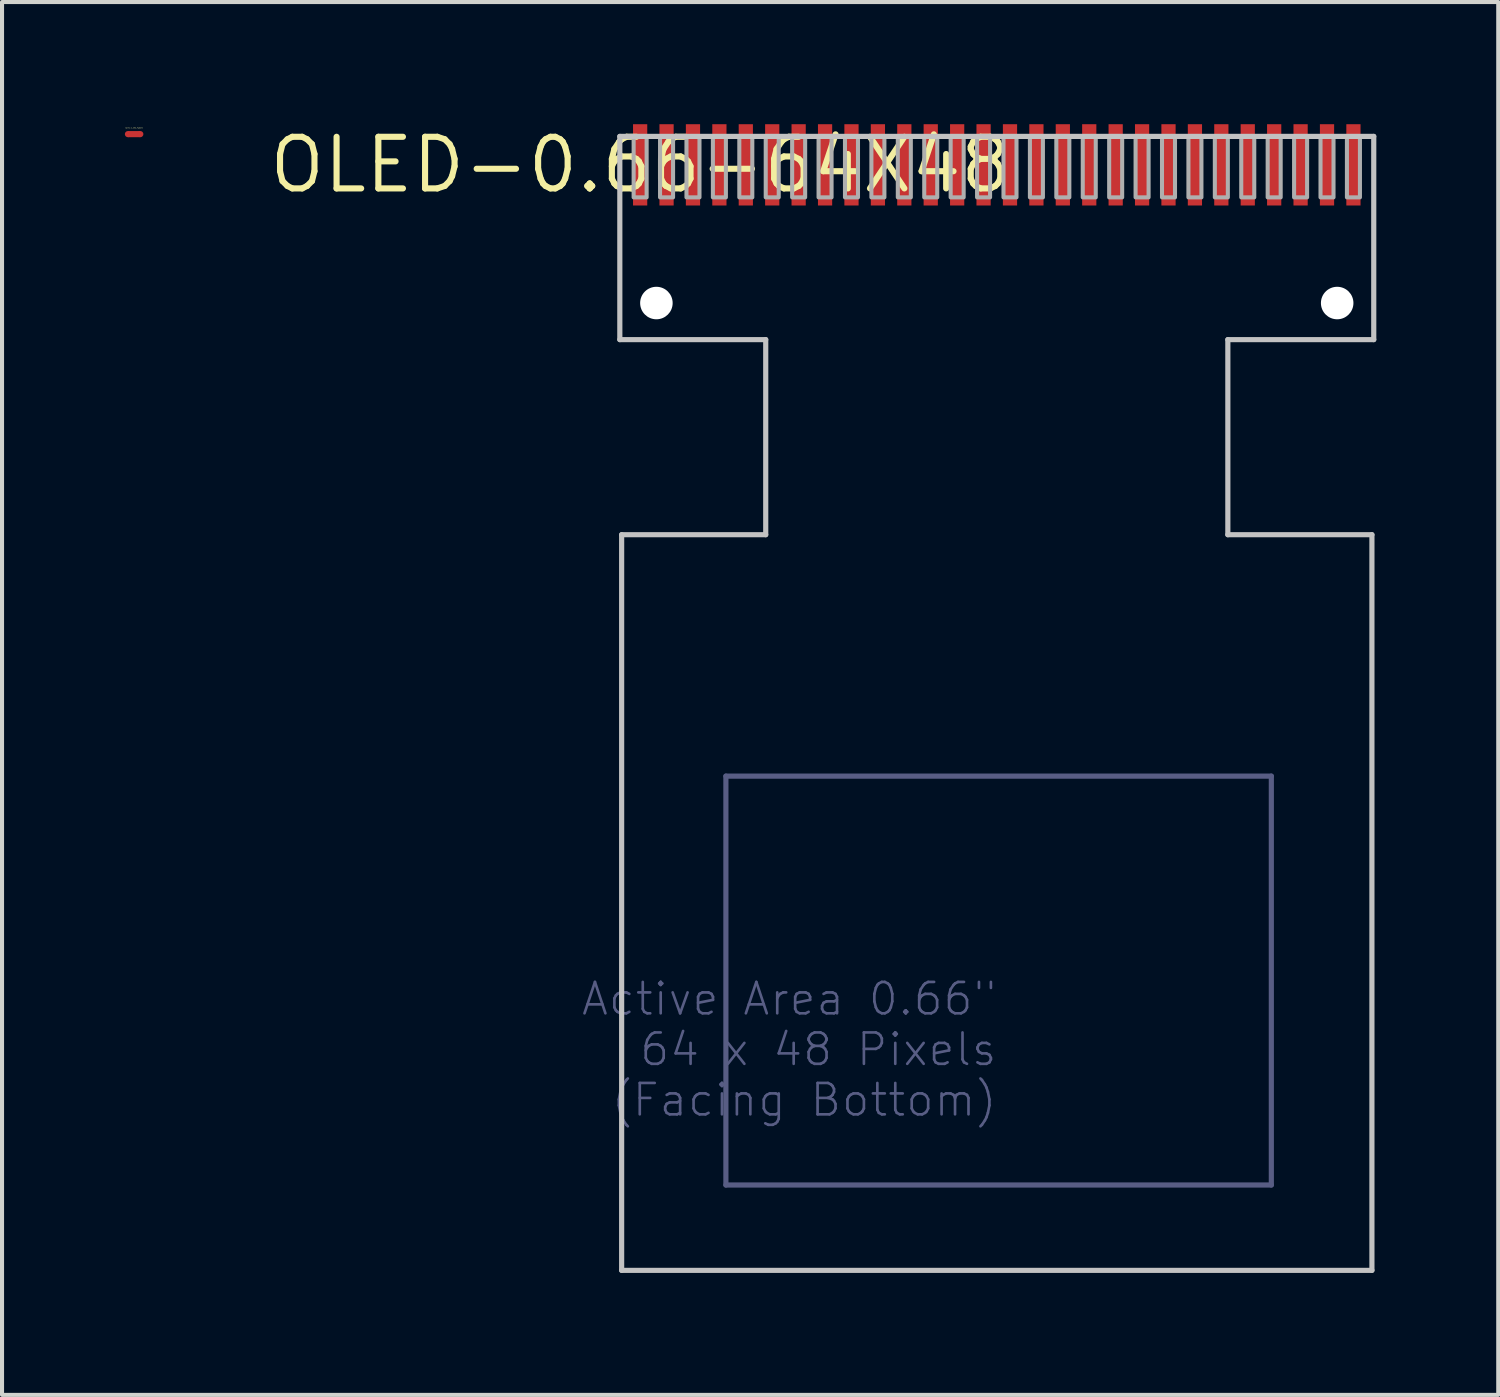
<source format=kicad_pcb>
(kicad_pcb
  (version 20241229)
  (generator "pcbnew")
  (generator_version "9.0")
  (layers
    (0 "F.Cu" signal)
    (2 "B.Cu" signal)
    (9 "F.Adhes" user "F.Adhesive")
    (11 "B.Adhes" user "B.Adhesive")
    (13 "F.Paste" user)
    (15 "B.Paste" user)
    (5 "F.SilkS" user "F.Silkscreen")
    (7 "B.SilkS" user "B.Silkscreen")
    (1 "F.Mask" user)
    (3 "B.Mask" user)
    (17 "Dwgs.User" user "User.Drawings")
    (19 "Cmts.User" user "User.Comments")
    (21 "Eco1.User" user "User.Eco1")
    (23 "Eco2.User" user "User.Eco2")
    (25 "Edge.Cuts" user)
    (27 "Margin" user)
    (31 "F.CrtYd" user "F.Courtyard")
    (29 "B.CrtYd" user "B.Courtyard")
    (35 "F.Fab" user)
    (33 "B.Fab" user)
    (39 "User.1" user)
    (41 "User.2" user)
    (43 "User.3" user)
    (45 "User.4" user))
  (footprint "NetTie-2_SMD_Pad6mil"
    (layer "F.Cu")
    (at 0.25 0.25)
    (property "Reference" "NetTie-2_SMD_Pad6mil" (at 0 -0.152 0) (layer "F.SilkS") (effects (font (size 0.025 0.025) (thickness 0.003))))
    (attr exclude_from_pos_files exclude_from_bom)
    (fp_poly (pts (xy -0.152 -0.076) (xy 0.152 -0.076) (xy 0.15 0.076) (xy -0.152 0.076)) (stroke (width 0) (type solid)) (fill yes) (layer "F.Cu"))
    (pad "1" smd circle (at -0.152 0) (size 0.152 0.152) (layers "F.Cu"))
    (pad "2" smd circle (at 0.152 0) (size 0.152 0.152) (layers "F.Cu")))
  (footprint "OLED-0.66-64X48"
    (layer "F.Cu")
    (at 12.7 1.006)
    (property "Reference" "OLED-0.66-64X48" (at 0 0 0) (layer "F.SilkS") (effects (font (size 1.27 1.27) (thickness 0.15))))
    (attr through_hole)
    (fp_line (start -0.5 -0.7) (end -0.5 4.3) (stroke (width 0.127) (type solid)) (layer "Dwgs.User"))
    (fp_line (start -0.5 4.3) (end 3.09 4.3) (stroke (width 0.127) (type solid)) (layer "Dwgs.User"))
    (fp_line (start -0.455 9.1) (end -0.455 27.2) (stroke (width 0.127) (type solid)) (layer "Dwgs.User"))
    (fp_line (start -0.455 27.2) (end 18.005 27.2) (stroke (width 0.127) (type solid)) (layer "Dwgs.User"))
    (fp_line (start 3.09 4.3) (end 3.09 9.1) (stroke (width 0.127) (type solid)) (layer "Dwgs.User"))
    (fp_line (start 3.09 9.1) (end -0.455 9.1) (stroke (width 0.127) (type solid)) (layer "Dwgs.User"))
    (fp_line (start 14.46 4.3) (end 18.05 4.3) (stroke (width 0.127) (type solid)) (layer "Dwgs.User"))
    (fp_line (start 14.46 9.1) (end 14.46 4.3) (stroke (width 0.127) (type solid)) (layer "Dwgs.User"))
    (fp_line (start 18.005 9.1) (end 14.46 9.1) (stroke (width 0.127) (type solid)) (layer "Dwgs.User"))
    (fp_line (start 18.005 27.2) (end 18.005 9.1) (stroke (width 0.127) (type solid)) (layer "Dwgs.User"))
    (fp_line (start 18.05 -0.7) (end -0.5 -0.7) (stroke (width 0.127) (type solid)) (layer "Dwgs.User"))
    (fp_line (start 18.05 4.3) (end 18.05 -0.7) (stroke (width 0.127) (type solid)) (layer "Dwgs.User"))
    (fp_line (start 2.11 15.04) (end 2.11 25.1) (stroke (width 0.127) (type solid)) (layer "B.Fab"))
    (fp_line (start 2.11 25.1) (end 15.53 25.1) (stroke (width 0.127) (type solid)) (layer "B.Fab"))
    (fp_line (start 15.53 15.04) (end 2.11 15.04) (stroke (width 0.127) (type solid)) (layer "B.Fab"))
    (fp_line (start 15.53 25.1) (end 15.53 15.04) (stroke (width 0.127) (type solid)) (layer "B.Fab"))
    (fp_poly (pts (xy 0.16 -0.7) (xy -0.16 -0.7) (xy -0.16 0.8) (xy 0.16 0.8)) (stroke (width 0.1) (type solid)) (fill no) (layer "F.Fab"))
    (fp_poly (pts (xy 0.81 -0.7) (xy 0.49 -0.7) (xy 0.49 0.8) (xy 0.81 0.8)) (stroke (width 0.1) (type solid)) (fill no) (layer "F.Fab"))
    (fp_poly (pts (xy 1.46 -0.7) (xy 1.14 -0.7) (xy 1.14 0.8) (xy 1.46 0.8)) (stroke (width 0.1) (type solid)) (fill no) (layer "F.Fab"))
    (fp_poly (pts (xy 2.11 -0.7) (xy 1.79 -0.7) (xy 1.79 0.8) (xy 2.11 0.8)) (stroke (width 0.1) (type solid)) (fill no) (layer "F.Fab"))
    (fp_poly (pts (xy 2.76 -0.7) (xy 2.44 -0.7) (xy 2.44 0.8) (xy 2.76 0.8)) (stroke (width 0.1) (type solid)) (fill no) (layer "F.Fab"))
    (fp_poly (pts (xy 3.41 -0.7) (xy 3.09 -0.7) (xy 3.09 0.8) (xy 3.41 0.8)) (stroke (width 0.1) (type solid)) (fill no) (layer "F.Fab"))
    (fp_poly (pts (xy 4.06 -0.7) (xy 3.74 -0.7) (xy 3.74 0.8) (xy 4.06 0.8)) (stroke (width 0.1) (type solid)) (fill no) (layer "F.Fab"))
    (fp_poly (pts (xy 4.71 -0.7) (xy 4.39 -0.7) (xy 4.39 0.8) (xy 4.71 0.8)) (stroke (width 0.1) (type solid)) (fill no) (layer "F.Fab"))
    (fp_poly (pts (xy 5.36 -0.7) (xy 5.04 -0.7) (xy 5.04 0.8) (xy 5.36 0.8)) (stroke (width 0.1) (type solid)) (fill no) (layer "F.Fab"))
    (fp_poly (pts (xy 6.01 -0.7) (xy 5.69 -0.7) (xy 5.69 0.8) (xy 6.01 0.8)) (stroke (width 0.1) (type solid)) (fill no) (layer "F.Fab"))
    (fp_poly (pts (xy 6.66 -0.7) (xy 6.34 -0.7) (xy 6.34 0.8) (xy 6.66 0.8)) (stroke (width 0.1) (type solid)) (fill no) (layer "F.Fab"))
    (fp_poly (pts (xy 7.31 -0.7) (xy 6.99 -0.7) (xy 6.99 0.8) (xy 7.31 0.8)) (stroke (width 0.1) (type solid)) (fill no) (layer "F.Fab"))
    (fp_poly (pts (xy 7.96 -0.7) (xy 7.64 -0.7) (xy 7.64 0.8) (xy 7.96 0.8)) (stroke (width 0.1) (type solid)) (fill no) (layer "F.Fab"))
    (fp_poly (pts (xy 8.61 -0.7) (xy 8.29 -0.7) (xy 8.29 0.8) (xy 8.61 0.8)) (stroke (width 0.1) (type solid)) (fill no) (layer "F.Fab"))
    (fp_poly (pts (xy 9.26 -0.7) (xy 8.94 -0.7) (xy 8.94 0.8) (xy 9.26 0.8)) (stroke (width 0.1) (type solid)) (fill no) (layer "F.Fab"))
    (fp_poly (pts (xy 9.91 -0.7) (xy 9.59 -0.7) (xy 9.59 0.8) (xy 9.91 0.8)) (stroke (width 0.1) (type solid)) (fill no) (layer "F.Fab"))
    (fp_poly (pts (xy 10.56 -0.7) (xy 10.24 -0.7) (xy 10.24 0.8) (xy 10.56 0.8)) (stroke (width 0.1) (type solid)) (fill no) (layer "F.Fab"))
    (fp_poly (pts (xy 11.21 -0.7) (xy 10.89 -0.7) (xy 10.89 0.8) (xy 11.21 0.8)) (stroke (width 0.1) (type solid)) (fill no) (layer "F.Fab"))
    (fp_poly (pts (xy 11.86 -0.7) (xy 11.54 -0.7) (xy 11.54 0.8) (xy 11.86 0.8)) (stroke (width 0.1) (type solid)) (fill no) (layer "F.Fab"))
    (fp_poly (pts (xy 12.51 -0.7) (xy 12.19 -0.7) (xy 12.19 0.8) (xy 12.51 0.8)) (stroke (width 0.1) (type solid)) (fill no) (layer "F.Fab"))
    (fp_poly (pts (xy 13.16 -0.7) (xy 12.84 -0.7) (xy 12.84 0.8) (xy 13.16 0.8)) (stroke (width 0.1) (type solid)) (fill no) (layer "F.Fab"))
    (fp_poly (pts (xy 13.81 -0.7) (xy 13.49 -0.7) (xy 13.49 0.8) (xy 13.81 0.8)) (stroke (width 0.1) (type solid)) (fill no) (layer "F.Fab"))
    (fp_poly (pts (xy 14.46 -0.7) (xy 14.14 -0.7) (xy 14.14 0.8) (xy 14.46 0.8)) (stroke (width 0.1) (type solid)) (fill no) (layer "F.Fab"))
    (fp_poly (pts (xy 15.11 -0.7) (xy 14.79 -0.7) (xy 14.79 0.8) (xy 15.11 0.8)) (stroke (width 0.1) (type solid)) (fill no) (layer "F.Fab"))
    (fp_poly (pts (xy 15.76 -0.7) (xy 15.44 -0.7) (xy 15.44 0.8) (xy 15.76 0.8)) (stroke (width 0.1) (type solid)) (fill no) (layer "F.Fab"))
    (fp_poly (pts (xy 16.41 -0.7) (xy 16.09 -0.7) (xy 16.09 0.8) (xy 16.41 0.8)) (stroke (width 0.1) (type solid)) (fill no) (layer "F.Fab"))
    (fp_poly (pts (xy 17.06 -0.7) (xy 16.74 -0.7) (xy 16.74 0.8) (xy 17.06 0.8)) (stroke (width 0.1) (type solid)) (fill no) (layer "F.Fab"))
    (fp_poly (pts (xy 17.71 -0.7) (xy 17.39 -0.7) (xy 17.39 0.8) (xy 17.71 0.8)) (stroke (width 0.1) (type solid)) (fill no) (layer "F.Fab"))
    (fp_text user "Active Area 0.66\"\n64 x 48 Pixels\n(Facing Bottom)" (at 8.82 20.07 0) (layer "B.Fab") (effects (font (size 0.772 0.772) (thickness 0.065)) (justify right top)))
    (pad "" np_thru_hole circle (at 0.4 3.4) (size 0.8 0.8) (drill 0.8) (layers "*.Cu" "*.Mask"))
    (pad "" np_thru_hole circle (at 17.15 3.4) (size 0.8 0.8) (drill 0.8) (layers "*.Cu" "*.Mask"))
    (pad "1" smd rect (at 0 0) (size 0.35 2) (layers "F.Cu" "F.Mask" "F.Paste"))
    (pad "2" smd rect (at 0.65 0) (size 0.35 2) (layers "F.Cu" "F.Mask" "F.Paste"))
    (pad "3" smd rect (at 1.3 0) (size 0.35 2) (layers "F.Cu" "F.Mask" "F.Paste"))
    (pad "4" smd rect (at 1.95 0) (size 0.35 2) (layers "F.Cu" "F.Mask" "F.Paste"))
    (pad "5" smd rect (at 2.6 0) (size 0.35 2) (layers "F.Cu" "F.Mask" "F.Paste"))
    (pad "6" smd rect (at 3.25 0) (size 0.35 2) (layers "F.Cu" "F.Mask" "F.Paste"))
    (pad "7" smd rect (at 3.9 0) (size 0.35 2) (layers "F.Cu" "F.Mask" "F.Paste"))
    (pad "8" smd rect (at 4.55 0) (size 0.35 2) (layers "F.Cu" "F.Mask" "F.Paste"))
    (pad "9" smd rect (at 5.2 0) (size 0.35 2) (layers "F.Cu" "F.Mask" "F.Paste"))
    (pad "10" smd rect (at 5.85 0) (size 0.35 2) (layers "F.Cu" "F.Mask" "F.Paste"))
    (pad "11" smd rect (at 6.5 0) (size 0.35 2) (layers "F.Cu" "F.Mask" "F.Paste"))
    (pad "12" smd rect (at 7.15 0) (size 0.35 2) (layers "F.Cu" "F.Mask" "F.Paste"))
    (pad "13" smd rect (at 7.8 0) (size 0.35 2) (layers "F.Cu" "F.Mask" "F.Paste"))
    (pad "14" smd rect (at 8.45 0) (size 0.35 2) (layers "F.Cu" "F.Mask" "F.Paste"))
    (pad "15" smd rect (at 9.1 0) (size 0.35 2) (layers "F.Cu" "F.Mask" "F.Paste"))
    (pad "16" smd rect (at 9.75 0) (size 0.35 2) (layers "F.Cu" "F.Mask" "F.Paste"))
    (pad "17" smd rect (at 10.4 0) (size 0.35 2) (layers "F.Cu" "F.Mask" "F.Paste"))
    (pad "18" smd rect (at 11.05 0) (size 0.35 2) (layers "F.Cu" "F.Mask" "F.Paste"))
    (pad "19" smd rect (at 11.7 0) (size 0.35 2) (layers "F.Cu" "F.Mask" "F.Paste"))
    (pad "20" smd rect (at 12.35 0) (size 0.35 2) (layers "F.Cu" "F.Mask" "F.Paste"))
    (pad "21" smd rect (at 13 0) (size 0.35 2) (layers "F.Cu" "F.Mask" "F.Paste"))
    (pad "22" smd rect (at 13.65 0) (size 0.35 2) (layers "F.Cu" "F.Mask" "F.Paste"))
    (pad "23" smd rect (at 14.3 0) (size 0.35 2) (layers "F.Cu" "F.Mask" "F.Paste"))
    (pad "24" smd rect (at 14.95 0) (size 0.35 2) (layers "F.Cu" "F.Mask" "F.Paste"))
    (pad "25" smd rect (at 15.6 0) (size 0.35 2) (layers "F.Cu" "F.Mask" "F.Paste"))
    (pad "26" smd rect (at 16.25 0) (size 0.35 2) (layers "F.Cu" "F.Mask" "F.Paste"))
    (pad "27" smd rect (at 16.9 0) (size 0.35 2) (layers "F.Cu" "F.Mask" "F.Paste"))
    (pad "28" smd rect (at 17.55 0) (size 0.35 2) (layers "F.Cu" "F.Mask" "F.Paste")))
  (gr_rect
    (start -3 -3)
    (end 33.813 31.27)
    (stroke (width 0.1) (type default))
    (fill no)
    (layer "Edge.Cuts")))
</source>
